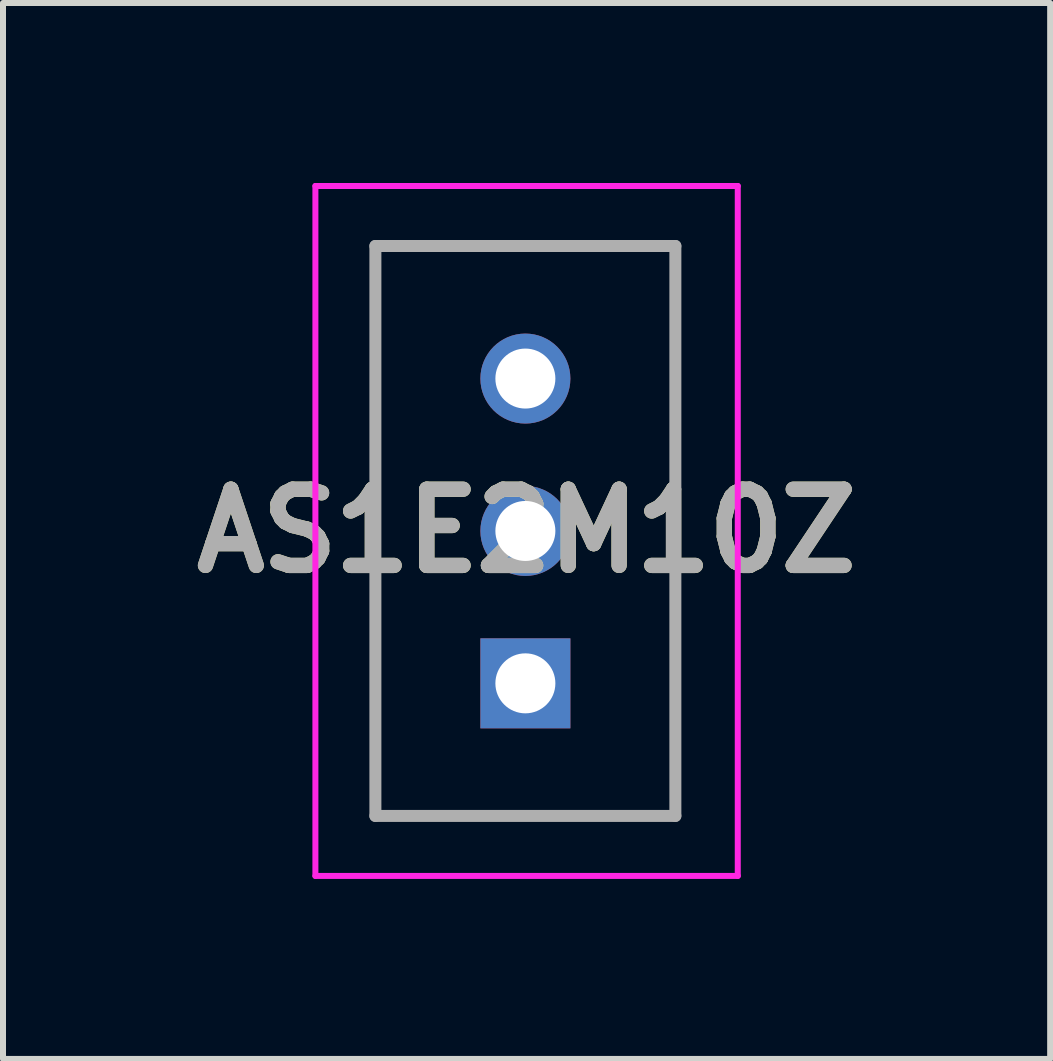
<source format=kicad_pcb>
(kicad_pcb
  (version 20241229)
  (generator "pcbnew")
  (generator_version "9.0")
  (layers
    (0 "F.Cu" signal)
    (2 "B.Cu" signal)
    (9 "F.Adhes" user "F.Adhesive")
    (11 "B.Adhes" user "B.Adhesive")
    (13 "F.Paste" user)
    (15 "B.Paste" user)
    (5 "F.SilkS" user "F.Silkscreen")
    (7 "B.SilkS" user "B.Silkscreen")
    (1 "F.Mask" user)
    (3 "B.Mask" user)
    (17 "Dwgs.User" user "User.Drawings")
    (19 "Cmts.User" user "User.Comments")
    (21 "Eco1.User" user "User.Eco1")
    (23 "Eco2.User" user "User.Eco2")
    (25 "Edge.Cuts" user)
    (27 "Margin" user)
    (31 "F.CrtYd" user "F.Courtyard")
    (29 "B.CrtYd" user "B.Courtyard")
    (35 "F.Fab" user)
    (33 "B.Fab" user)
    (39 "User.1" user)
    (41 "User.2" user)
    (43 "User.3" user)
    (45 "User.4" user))
  (footprint "AS1E2M10Z"
    (layer "F.Cu")
    (at 5.707 8.34)
    (property "Reference" "AS1E2M10Z" (at 0.02 -2.54 0) (layer "F.SilkS") (effects (font (size 1.27 1.27) (thickness 0.254))))
    (attr through_hole)
    (fp_line (start -2.5 -7.29) (end 2.54 -7.29) (stroke (width 0.1) (type solid)) (layer "F.SilkS"))
    (fp_line (start -2.5 2.21) (end -2.5 -7.29) (stroke (width 0.1) (type solid)) (layer "F.SilkS"))
    (fp_line (start 2.54 -7.29) (end 2.54 2.21) (stroke (width 0.1) (type solid)) (layer "F.SilkS"))
    (fp_line (start 2.54 2.21) (end -2.5 2.21) (stroke (width 0.1) (type solid)) (layer "F.SilkS"))
    (fp_line (start -3.5 -8.29) (end 3.54 -8.29) (stroke (width 0.1) (type solid)) (layer "F.CrtYd"))
    (fp_line (start -3.5 3.21) (end -3.5 -8.29) (stroke (width 0.1) (type solid)) (layer "F.CrtYd"))
    (fp_line (start 3.54 -8.29) (end 3.54 3.21) (stroke (width 0.1) (type solid)) (layer "F.CrtYd"))
    (fp_line (start 3.54 3.21) (end -3.5 3.21) (stroke (width 0.1) (type solid)) (layer "F.CrtYd"))
    (fp_line (start -2.5 -7.29) (end 2.5 -7.29) (stroke (width 0.2) (type solid)) (layer "F.Fab"))
    (fp_line (start -2.5 2.21) (end -2.5 -7.29) (stroke (width 0.2) (type solid)) (layer "F.Fab"))
    (fp_line (start 2.5 -7.29) (end 2.5 2.21) (stroke (width 0.2) (type solid)) (layer "F.Fab"))
    (fp_line (start 2.5 2.21) (end -2.5 2.21) (stroke (width 0.2) (type solid)) (layer "F.Fab"))
    (fp_text user "${REFERENCE}" (at 0.02 -2.54 0) (layer "F.Fab") (effects (font (size 1.27 1.27) (thickness 0.254))))
    (pad "1" thru_hole rect (at 0 0) (size 1.5 1.5) (drill 1) (layers "*.Cu" "*.Mask"))
    (pad "2" thru_hole circle (at 0 -2.54) (size 1.5 1.5) (drill 1) (layers "*.Cu" "*.Mask"))
    (pad "3" thru_hole circle (at 0 -5.08) (size 1.5 1.5) (drill 1) (layers "*.Cu" "*.Mask")))
  (gr_rect
    (start -3 -3)
    (end 14.454 14.6)
    (stroke (width 0.1) (type default))
    (fill no)
    (layer "Edge.Cuts")))
</source>
